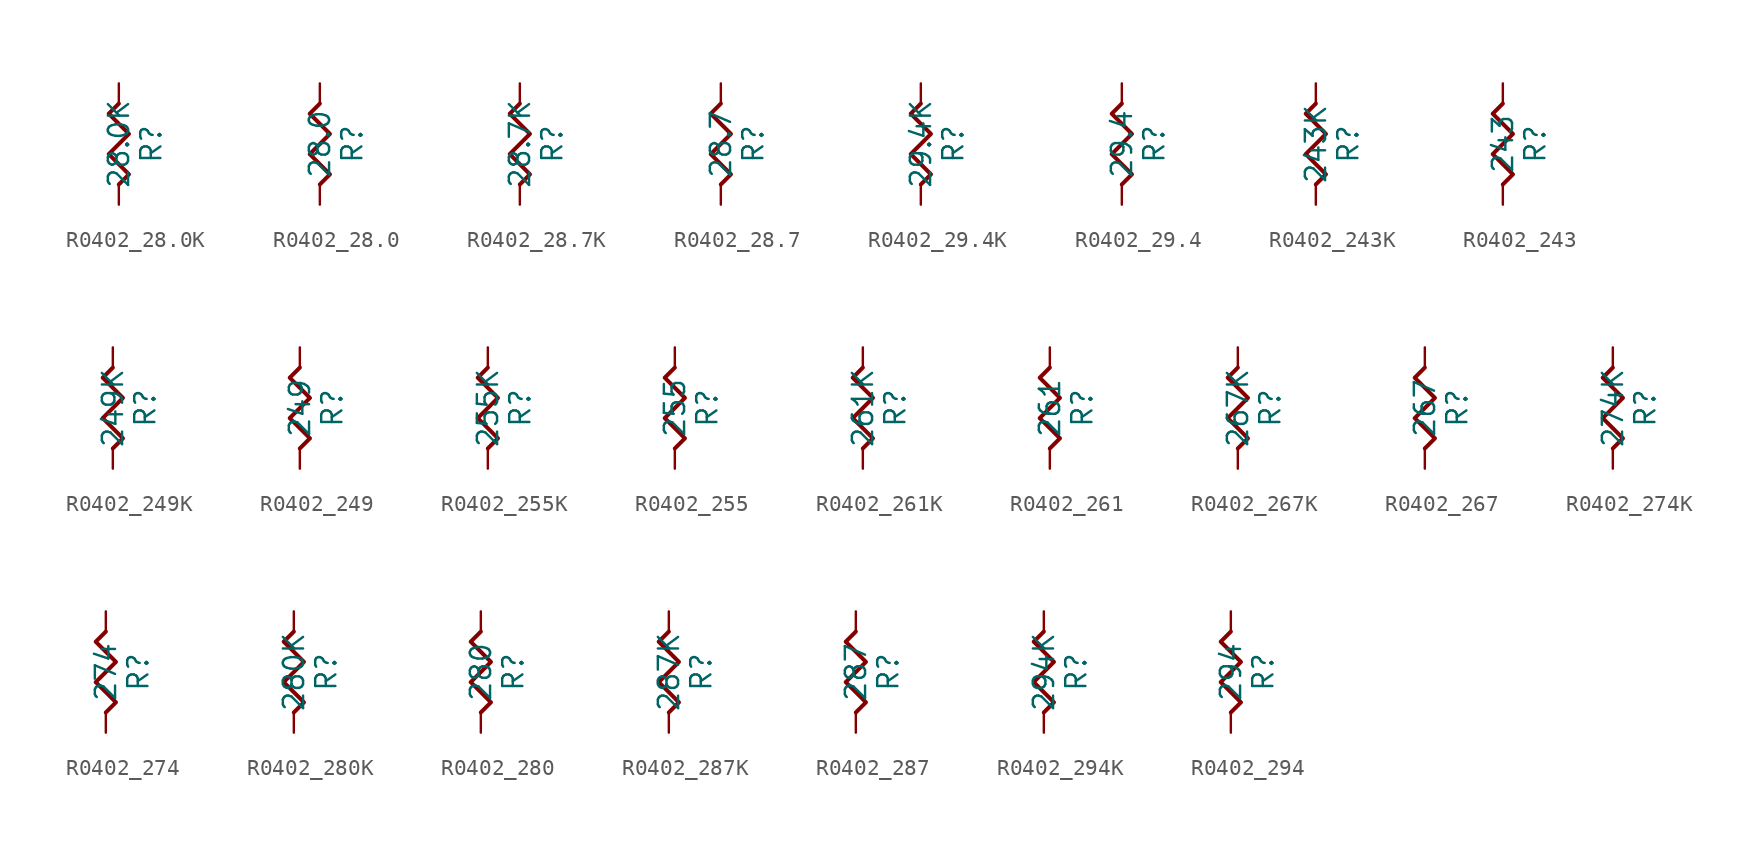
<source format=kicad_sym>
(kicad_symbol_lib
  (version 20211014)
  (generator atlantix-eda)
  (symbol "R0402_28.0K"
    (pin_numbers hide)
    (pin_names
      (offset 0))
    (property "Reference" "R"
      (at 2.032 0 90)
      (effects (font (size 1.27 1.27))))
    (property "Value" "28.0K"
      (at 0 0 90)
      (effects (font (size 1.27 1.27))))
    (symbol "R0402_28.0K_0_1"
      (polyline (pts (xy 0 -2.54) (xy 0.635 -1.905) (xy -0.635 -0.635) (xy 0.635 0.635) (xy -0.635 1.905) (xy 0 2.54)) (stroke (width 0.254) (type default) (color 0 0 0 0)) (fill (type none))))
    (symbol "R0402_28.0K_1_1"
      (pin passive line (at 0 3.81 270) (length 1.27) (name "~" (effects (font (size 1.27 1.27)))) (number "1" (effects (font (size 1.27 1.27)))))
      (pin passive line (at 0 -3.81 90) (length 1.27) (name "~" (effects (font (size 1.27 1.27)))) (number "2" (effects (font (size 1.27 1.27)))))))
  (symbol "R0402_28.0"
    (pin_numbers hide)
    (pin_names
      (offset 0))
    (property "Reference" "R"
      (at 2.032 0 90)
      (effects (font (size 1.27 1.27))))
    (property "Value" "28.0"
      (at 0 0 90)
      (effects (font (size 1.27 1.27))))
    (symbol "R0402_28.0_0_1"
      (polyline (pts (xy 0 -2.54) (xy 0.635 -1.905) (xy -0.635 -0.635) (xy 0.635 0.635) (xy -0.635 1.905) (xy 0 2.54)) (stroke (width 0.254) (type default) (color 0 0 0 0)) (fill (type none))))
    (symbol "R0402_28.0_1_1"
      (pin passive line (at 0 3.81 270) (length 1.27) (name "~" (effects (font (size 1.27 1.27)))) (number "1" (effects (font (size 1.27 1.27)))))
      (pin passive line (at 0 -3.81 90) (length 1.27) (name "~" (effects (font (size 1.27 1.27)))) (number "2" (effects (font (size 1.27 1.27)))))))
  (symbol "R0402_28.7K"
    (pin_numbers hide)
    (pin_names
      (offset 0))
    (property "Reference" "R"
      (at 2.032 0 90)
      (effects (font (size 1.27 1.27))))
    (property "Value" "28.7K"
      (at 0 0 90)
      (effects (font (size 1.27 1.27))))
    (symbol "R0402_28.7K_0_1"
      (polyline (pts (xy 0 -2.54) (xy 0.635 -1.905) (xy -0.635 -0.635) (xy 0.635 0.635) (xy -0.635 1.905) (xy 0 2.54)) (stroke (width 0.254) (type default) (color 0 0 0 0)) (fill (type none))))
    (symbol "R0402_28.7K_1_1"
      (pin passive line (at 0 3.81 270) (length 1.27) (name "~" (effects (font (size 1.27 1.27)))) (number "1" (effects (font (size 1.27 1.27)))))
      (pin passive line (at 0 -3.81 90) (length 1.27) (name "~" (effects (font (size 1.27 1.27)))) (number "2" (effects (font (size 1.27 1.27)))))))
  (symbol "R0402_28.7"
    (pin_numbers hide)
    (pin_names
      (offset 0))
    (property "Reference" "R"
      (at 2.032 0 90)
      (effects (font (size 1.27 1.27))))
    (property "Value" "28.7"
      (at 0 0 90)
      (effects (font (size 1.27 1.27))))
    (symbol "R0402_28.7_0_1"
      (polyline (pts (xy 0 -2.54) (xy 0.635 -1.905) (xy -0.635 -0.635) (xy 0.635 0.635) (xy -0.635 1.905) (xy 0 2.54)) (stroke (width 0.254) (type default) (color 0 0 0 0)) (fill (type none))))
    (symbol "R0402_28.7_1_1"
      (pin passive line (at 0 3.81 270) (length 1.27) (name "~" (effects (font (size 1.27 1.27)))) (number "1" (effects (font (size 1.27 1.27)))))
      (pin passive line (at 0 -3.81 90) (length 1.27) (name "~" (effects (font (size 1.27 1.27)))) (number "2" (effects (font (size 1.27 1.27)))))))
  (symbol "R0402_29.4K"
    (pin_numbers hide)
    (pin_names
      (offset 0))
    (property "Reference" "R"
      (at 2.032 0 90)
      (effects (font (size 1.27 1.27))))
    (property "Value" "29.4K"
      (at 0 0 90)
      (effects (font (size 1.27 1.27))))
    (symbol "R0402_29.4K_0_1"
      (polyline (pts (xy 0 -2.54) (xy 0.635 -1.905) (xy -0.635 -0.635) (xy 0.635 0.635) (xy -0.635 1.905) (xy 0 2.54)) (stroke (width 0.254) (type default) (color 0 0 0 0)) (fill (type none))))
    (symbol "R0402_29.4K_1_1"
      (pin passive line (at 0 3.81 270) (length 1.27) (name "~" (effects (font (size 1.27 1.27)))) (number "1" (effects (font (size 1.27 1.27)))))
      (pin passive line (at 0 -3.81 90) (length 1.27) (name "~" (effects (font (size 1.27 1.27)))) (number "2" (effects (font (size 1.27 1.27)))))))
  (symbol "R0402_29.4"
    (pin_numbers hide)
    (pin_names
      (offset 0))
    (property "Reference" "R"
      (at 2.032 0 90)
      (effects (font (size 1.27 1.27))))
    (property "Value" "29.4"
      (at 0 0 90)
      (effects (font (size 1.27 1.27))))
    (symbol "R0402_29.4_0_1"
      (polyline (pts (xy 0 -2.54) (xy 0.635 -1.905) (xy -0.635 -0.635) (xy 0.635 0.635) (xy -0.635 1.905) (xy 0 2.54)) (stroke (width 0.254) (type default) (color 0 0 0 0)) (fill (type none))))
    (symbol "R0402_29.4_1_1"
      (pin passive line (at 0 3.81 270) (length 1.27) (name "~" (effects (font (size 1.27 1.27)))) (number "1" (effects (font (size 1.27 1.27)))))
      (pin passive line (at 0 -3.81 90) (length 1.27) (name "~" (effects (font (size 1.27 1.27)))) (number "2" (effects (font (size 1.27 1.27)))))))
  (symbol "R0402_243K"
    (pin_numbers hide)
    (pin_names
      (offset 0))
    (property "Reference" "R"
      (at 2.032 0 90)
      (effects (font (size 1.27 1.27))))
    (property "Value" "243K"
      (at 0 0 90)
      (effects (font (size 1.27 1.27))))
    (symbol "R0402_243K_0_1"
      (polyline (pts (xy 0 -2.54) (xy 0.635 -1.905) (xy -0.635 -0.635) (xy 0.635 0.635) (xy -0.635 1.905) (xy 0 2.54)) (stroke (width 0.254) (type default) (color 0 0 0 0)) (fill (type none))))
    (symbol "R0402_243K_1_1"
      (pin passive line (at 0 3.81 270) (length 1.27) (name "~" (effects (font (size 1.27 1.27)))) (number "1" (effects (font (size 1.27 1.27)))))
      (pin passive line (at 0 -3.81 90) (length 1.27) (name "~" (effects (font (size 1.27 1.27)))) (number "2" (effects (font (size 1.27 1.27)))))))
  (symbol "R0402_243"
    (pin_numbers hide)
    (pin_names
      (offset 0))
    (property "Reference" "R"
      (at 2.032 0 90)
      (effects (font (size 1.27 1.27))))
    (property "Value" "243"
      (at 0 0 90)
      (effects (font (size 1.27 1.27))))
    (symbol "R0402_243_0_1"
      (polyline (pts (xy 0 -2.54) (xy 0.635 -1.905) (xy -0.635 -0.635) (xy 0.635 0.635) (xy -0.635 1.905) (xy 0 2.54)) (stroke (width 0.254) (type default) (color 0 0 0 0)) (fill (type none))))
    (symbol "R0402_243_1_1"
      (pin passive line (at 0 3.81 270) (length 1.27) (name "~" (effects (font (size 1.27 1.27)))) (number "1" (effects (font (size 1.27 1.27)))))
      (pin passive line (at 0 -3.81 90) (length 1.27) (name "~" (effects (font (size 1.27 1.27)))) (number "2" (effects (font (size 1.27 1.27)))))))
  (symbol "R0402_249K"
    (pin_numbers hide)
    (pin_names
      (offset 0))
    (property "Reference" "R"
      (at 2.032 0 90)
      (effects (font (size 1.27 1.27))))
    (property "Value" "249K"
      (at 0 0 90)
      (effects (font (size 1.27 1.27))))
    (symbol "R0402_249K_0_1"
      (polyline (pts (xy 0 -2.54) (xy 0.635 -1.905) (xy -0.635 -0.635) (xy 0.635 0.635) (xy -0.635 1.905) (xy 0 2.54)) (stroke (width 0.254) (type default) (color 0 0 0 0)) (fill (type none))))
    (symbol "R0402_249K_1_1"
      (pin passive line (at 0 3.81 270) (length 1.27) (name "~" (effects (font (size 1.27 1.27)))) (number "1" (effects (font (size 1.27 1.27)))))
      (pin passive line (at 0 -3.81 90) (length 1.27) (name "~" (effects (font (size 1.27 1.27)))) (number "2" (effects (font (size 1.27 1.27)))))))
  (symbol "R0402_249"
    (pin_numbers hide)
    (pin_names
      (offset 0))
    (property "Reference" "R"
      (at 2.032 0 90)
      (effects (font (size 1.27 1.27))))
    (property "Value" "249"
      (at 0 0 90)
      (effects (font (size 1.27 1.27))))
    (symbol "R0402_249_0_1"
      (polyline (pts (xy 0 -2.54) (xy 0.635 -1.905) (xy -0.635 -0.635) (xy 0.635 0.635) (xy -0.635 1.905) (xy 0 2.54)) (stroke (width 0.254) (type default) (color 0 0 0 0)) (fill (type none))))
    (symbol "R0402_249_1_1"
      (pin passive line (at 0 3.81 270) (length 1.27) (name "~" (effects (font (size 1.27 1.27)))) (number "1" (effects (font (size 1.27 1.27)))))
      (pin passive line (at 0 -3.81 90) (length 1.27) (name "~" (effects (font (size 1.27 1.27)))) (number "2" (effects (font (size 1.27 1.27)))))))
  (symbol "R0402_255K"
    (pin_numbers hide)
    (pin_names
      (offset 0))
    (property "Reference" "R"
      (at 2.032 0 90)
      (effects (font (size 1.27 1.27))))
    (property "Value" "255K"
      (at 0 0 90)
      (effects (font (size 1.27 1.27))))
    (symbol "R0402_255K_0_1"
      (polyline (pts (xy 0 -2.54) (xy 0.635 -1.905) (xy -0.635 -0.635) (xy 0.635 0.635) (xy -0.635 1.905) (xy 0 2.54)) (stroke (width 0.254) (type default) (color 0 0 0 0)) (fill (type none))))
    (symbol "R0402_255K_1_1"
      (pin passive line (at 0 3.81 270) (length 1.27) (name "~" (effects (font (size 1.27 1.27)))) (number "1" (effects (font (size 1.27 1.27)))))
      (pin passive line (at 0 -3.81 90) (length 1.27) (name "~" (effects (font (size 1.27 1.27)))) (number "2" (effects (font (size 1.27 1.27)))))))
  (symbol "R0402_255"
    (pin_numbers hide)
    (pin_names
      (offset 0))
    (property "Reference" "R"
      (at 2.032 0 90)
      (effects (font (size 1.27 1.27))))
    (property "Value" "255"
      (at 0 0 90)
      (effects (font (size 1.27 1.27))))
    (symbol "R0402_255_0_1"
      (polyline (pts (xy 0 -2.54) (xy 0.635 -1.905) (xy -0.635 -0.635) (xy 0.635 0.635) (xy -0.635 1.905) (xy 0 2.54)) (stroke (width 0.254) (type default) (color 0 0 0 0)) (fill (type none))))
    (symbol "R0402_255_1_1"
      (pin passive line (at 0 3.81 270) (length 1.27) (name "~" (effects (font (size 1.27 1.27)))) (number "1" (effects (font (size 1.27 1.27)))))
      (pin passive line (at 0 -3.81 90) (length 1.27) (name "~" (effects (font (size 1.27 1.27)))) (number "2" (effects (font (size 1.27 1.27)))))))
  (symbol "R0402_261K"
    (pin_numbers hide)
    (pin_names
      (offset 0))
    (property "Reference" "R"
      (at 2.032 0 90)
      (effects (font (size 1.27 1.27))))
    (property "Value" "261K"
      (at 0 0 90)
      (effects (font (size 1.27 1.27))))
    (symbol "R0402_261K_0_1"
      (polyline (pts (xy 0 -2.54) (xy 0.635 -1.905) (xy -0.635 -0.635) (xy 0.635 0.635) (xy -0.635 1.905) (xy 0 2.54)) (stroke (width 0.254) (type default) (color 0 0 0 0)) (fill (type none))))
    (symbol "R0402_261K_1_1"
      (pin passive line (at 0 3.81 270) (length 1.27) (name "~" (effects (font (size 1.27 1.27)))) (number "1" (effects (font (size 1.27 1.27)))))
      (pin passive line (at 0 -3.81 90) (length 1.27) (name "~" (effects (font (size 1.27 1.27)))) (number "2" (effects (font (size 1.27 1.27)))))))
  (symbol "R0402_261"
    (pin_numbers hide)
    (pin_names
      (offset 0))
    (property "Reference" "R"
      (at 2.032 0 90)
      (effects (font (size 1.27 1.27))))
    (property "Value" "261"
      (at 0 0 90)
      (effects (font (size 1.27 1.27))))
    (symbol "R0402_261_0_1"
      (polyline (pts (xy 0 -2.54) (xy 0.635 -1.905) (xy -0.635 -0.635) (xy 0.635 0.635) (xy -0.635 1.905) (xy 0 2.54)) (stroke (width 0.254) (type default) (color 0 0 0 0)) (fill (type none))))
    (symbol "R0402_261_1_1"
      (pin passive line (at 0 3.81 270) (length 1.27) (name "~" (effects (font (size 1.27 1.27)))) (number "1" (effects (font (size 1.27 1.27)))))
      (pin passive line (at 0 -3.81 90) (length 1.27) (name "~" (effects (font (size 1.27 1.27)))) (number "2" (effects (font (size 1.27 1.27)))))))
  (symbol "R0402_267K"
    (pin_numbers hide)
    (pin_names
      (offset 0))
    (property "Reference" "R"
      (at 2.032 0 90)
      (effects (font (size 1.27 1.27))))
    (property "Value" "267K"
      (at 0 0 90)
      (effects (font (size 1.27 1.27))))
    (symbol "R0402_267K_0_1"
      (polyline (pts (xy 0 -2.54) (xy 0.635 -1.905) (xy -0.635 -0.635) (xy 0.635 0.635) (xy -0.635 1.905) (xy 0 2.54)) (stroke (width 0.254) (type default) (color 0 0 0 0)) (fill (type none))))
    (symbol "R0402_267K_1_1"
      (pin passive line (at 0 3.81 270) (length 1.27) (name "~" (effects (font (size 1.27 1.27)))) (number "1" (effects (font (size 1.27 1.27)))))
      (pin passive line (at 0 -3.81 90) (length 1.27) (name "~" (effects (font (size 1.27 1.27)))) (number "2" (effects (font (size 1.27 1.27)))))))
  (symbol "R0402_267"
    (pin_numbers hide)
    (pin_names
      (offset 0))
    (property "Reference" "R"
      (at 2.032 0 90)
      (effects (font (size 1.27 1.27))))
    (property "Value" "267"
      (at 0 0 90)
      (effects (font (size 1.27 1.27))))
    (symbol "R0402_267_0_1"
      (polyline (pts (xy 0 -2.54) (xy 0.635 -1.905) (xy -0.635 -0.635) (xy 0.635 0.635) (xy -0.635 1.905) (xy 0 2.54)) (stroke (width 0.254) (type default) (color 0 0 0 0)) (fill (type none))))
    (symbol "R0402_267_1_1"
      (pin passive line (at 0 3.81 270) (length 1.27) (name "~" (effects (font (size 1.27 1.27)))) (number "1" (effects (font (size 1.27 1.27)))))
      (pin passive line (at 0 -3.81 90) (length 1.27) (name "~" (effects (font (size 1.27 1.27)))) (number "2" (effects (font (size 1.27 1.27)))))))
  (symbol "R0402_274K"
    (pin_numbers hide)
    (pin_names
      (offset 0))
    (property "Reference" "R"
      (at 2.032 0 90)
      (effects (font (size 1.27 1.27))))
    (property "Value" "274K"
      (at 0 0 90)
      (effects (font (size 1.27 1.27))))
    (symbol "R0402_274K_0_1"
      (polyline (pts (xy 0 -2.54) (xy 0.635 -1.905) (xy -0.635 -0.635) (xy 0.635 0.635) (xy -0.635 1.905) (xy 0 2.54)) (stroke (width 0.254) (type default) (color 0 0 0 0)) (fill (type none))))
    (symbol "R0402_274K_1_1"
      (pin passive line (at 0 3.81 270) (length 1.27) (name "~" (effects (font (size 1.27 1.27)))) (number "1" (effects (font (size 1.27 1.27)))))
      (pin passive line (at 0 -3.81 90) (length 1.27) (name "~" (effects (font (size 1.27 1.27)))) (number "2" (effects (font (size 1.27 1.27)))))))
  (symbol "R0402_274"
    (pin_numbers hide)
    (pin_names
      (offset 0))
    (property "Reference" "R"
      (at 2.032 0 90)
      (effects (font (size 1.27 1.27))))
    (property "Value" "274"
      (at 0 0 90)
      (effects (font (size 1.27 1.27))))
    (symbol "R0402_274_0_1"
      (polyline (pts (xy 0 -2.54) (xy 0.635 -1.905) (xy -0.635 -0.635) (xy 0.635 0.635) (xy -0.635 1.905) (xy 0 2.54)) (stroke (width 0.254) (type default) (color 0 0 0 0)) (fill (type none))))
    (symbol "R0402_274_1_1"
      (pin passive line (at 0 3.81 270) (length 1.27) (name "~" (effects (font (size 1.27 1.27)))) (number "1" (effects (font (size 1.27 1.27)))))
      (pin passive line (at 0 -3.81 90) (length 1.27) (name "~" (effects (font (size 1.27 1.27)))) (number "2" (effects (font (size 1.27 1.27)))))))
  (symbol "R0402_280K"
    (pin_numbers hide)
    (pin_names
      (offset 0))
    (property "Reference" "R"
      (at 2.032 0 90)
      (effects (font (size 1.27 1.27))))
    (property "Value" "280K"
      (at 0 0 90)
      (effects (font (size 1.27 1.27))))
    (symbol "R0402_280K_0_1"
      (polyline (pts (xy 0 -2.54) (xy 0.635 -1.905) (xy -0.635 -0.635) (xy 0.635 0.635) (xy -0.635 1.905) (xy 0 2.54)) (stroke (width 0.254) (type default) (color 0 0 0 0)) (fill (type none))))
    (symbol "R0402_280K_1_1"
      (pin passive line (at 0 3.81 270) (length 1.27) (name "~" (effects (font (size 1.27 1.27)))) (number "1" (effects (font (size 1.27 1.27)))))
      (pin passive line (at 0 -3.81 90) (length 1.27) (name "~" (effects (font (size 1.27 1.27)))) (number "2" (effects (font (size 1.27 1.27)))))))
  (symbol "R0402_280"
    (pin_numbers hide)
    (pin_names
      (offset 0))
    (property "Reference" "R"
      (at 2.032 0 90)
      (effects (font (size 1.27 1.27))))
    (property "Value" "280"
      (at 0 0 90)
      (effects (font (size 1.27 1.27))))
    (symbol "R0402_280_0_1"
      (polyline (pts (xy 0 -2.54) (xy 0.635 -1.905) (xy -0.635 -0.635) (xy 0.635 0.635) (xy -0.635 1.905) (xy 0 2.54)) (stroke (width 0.254) (type default) (color 0 0 0 0)) (fill (type none))))
    (symbol "R0402_280_1_1"
      (pin passive line (at 0 3.81 270) (length 1.27) (name "~" (effects (font (size 1.27 1.27)))) (number "1" (effects (font (size 1.27 1.27)))))
      (pin passive line (at 0 -3.81 90) (length 1.27) (name "~" (effects (font (size 1.27 1.27)))) (number "2" (effects (font (size 1.27 1.27)))))))
  (symbol "R0402_287K"
    (pin_numbers hide)
    (pin_names
      (offset 0))
    (property "Reference" "R"
      (at 2.032 0 90)
      (effects (font (size 1.27 1.27))))
    (property "Value" "287K"
      (at 0 0 90)
      (effects (font (size 1.27 1.27))))
    (symbol "R0402_287K_0_1"
      (polyline (pts (xy 0 -2.54) (xy 0.635 -1.905) (xy -0.635 -0.635) (xy 0.635 0.635) (xy -0.635 1.905) (xy 0 2.54)) (stroke (width 0.254) (type default) (color 0 0 0 0)) (fill (type none))))
    (symbol "R0402_287K_1_1"
      (pin passive line (at 0 3.81 270) (length 1.27) (name "~" (effects (font (size 1.27 1.27)))) (number "1" (effects (font (size 1.27 1.27)))))
      (pin passive line (at 0 -3.81 90) (length 1.27) (name "~" (effects (font (size 1.27 1.27)))) (number "2" (effects (font (size 1.27 1.27)))))))
  (symbol "R0402_287"
    (pin_numbers hide)
    (pin_names
      (offset 0))
    (property "Reference" "R"
      (at 2.032 0 90)
      (effects (font (size 1.27 1.27))))
    (property "Value" "287"
      (at 0 0 90)
      (effects (font (size 1.27 1.27))))
    (symbol "R0402_287_0_1"
      (polyline (pts (xy 0 -2.54) (xy 0.635 -1.905) (xy -0.635 -0.635) (xy 0.635 0.635) (xy -0.635 1.905) (xy 0 2.54)) (stroke (width 0.254) (type default) (color 0 0 0 0)) (fill (type none))))
    (symbol "R0402_287_1_1"
      (pin passive line (at 0 3.81 270) (length 1.27) (name "~" (effects (font (size 1.27 1.27)))) (number "1" (effects (font (size 1.27 1.27)))))
      (pin passive line (at 0 -3.81 90) (length 1.27) (name "~" (effects (font (size 1.27 1.27)))) (number "2" (effects (font (size 1.27 1.27)))))))
  (symbol "R0402_294K"
    (pin_numbers hide)
    (pin_names
      (offset 0))
    (property "Reference" "R"
      (at 2.032 0 90)
      (effects (font (size 1.27 1.27))))
    (property "Value" "294K"
      (at 0 0 90)
      (effects (font (size 1.27 1.27))))
    (symbol "R0402_294K_0_1"
      (polyline (pts (xy 0 -2.54) (xy 0.635 -1.905) (xy -0.635 -0.635) (xy 0.635 0.635) (xy -0.635 1.905) (xy 0 2.54)) (stroke (width 0.254) (type default) (color 0 0 0 0)) (fill (type none))))
    (symbol "R0402_294K_1_1"
      (pin passive line (at 0 3.81 270) (length 1.27) (name "~" (effects (font (size 1.27 1.27)))) (number "1" (effects (font (size 1.27 1.27)))))
      (pin passive line (at 0 -3.81 90) (length 1.27) (name "~" (effects (font (size 1.27 1.27)))) (number "2" (effects (font (size 1.27 1.27)))))))
  (symbol "R0402_294"
    (pin_numbers hide)
    (pin_names
      (offset 0))
    (property "Reference" "R"
      (at 2.032 0 90)
      (effects (font (size 1.27 1.27))))
    (property "Value" "294"
      (at 0 0 90)
      (effects (font (size 1.27 1.27))))
    (symbol "R0402_294_0_1"
      (polyline (pts (xy 0 -2.54) (xy 0.635 -1.905) (xy -0.635 -0.635) (xy 0.635 0.635) (xy -0.635 1.905) (xy 0 2.54)) (stroke (width 0.254) (type default) (color 0 0 0 0)) (fill (type none))))
    (symbol "R0402_294_1_1"
      (pin passive line (at 0 3.81 270) (length 1.27) (name "~" (effects (font (size 1.27 1.27)))) (number "1" (effects (font (size 1.27 1.27)))))
      (pin passive line (at 0 -3.81 90) (length 1.27) (name "~" (effects (font (size 1.27 1.27)))) (number "2" (effects (font (size 1.27 1.27))))))))
</source>
